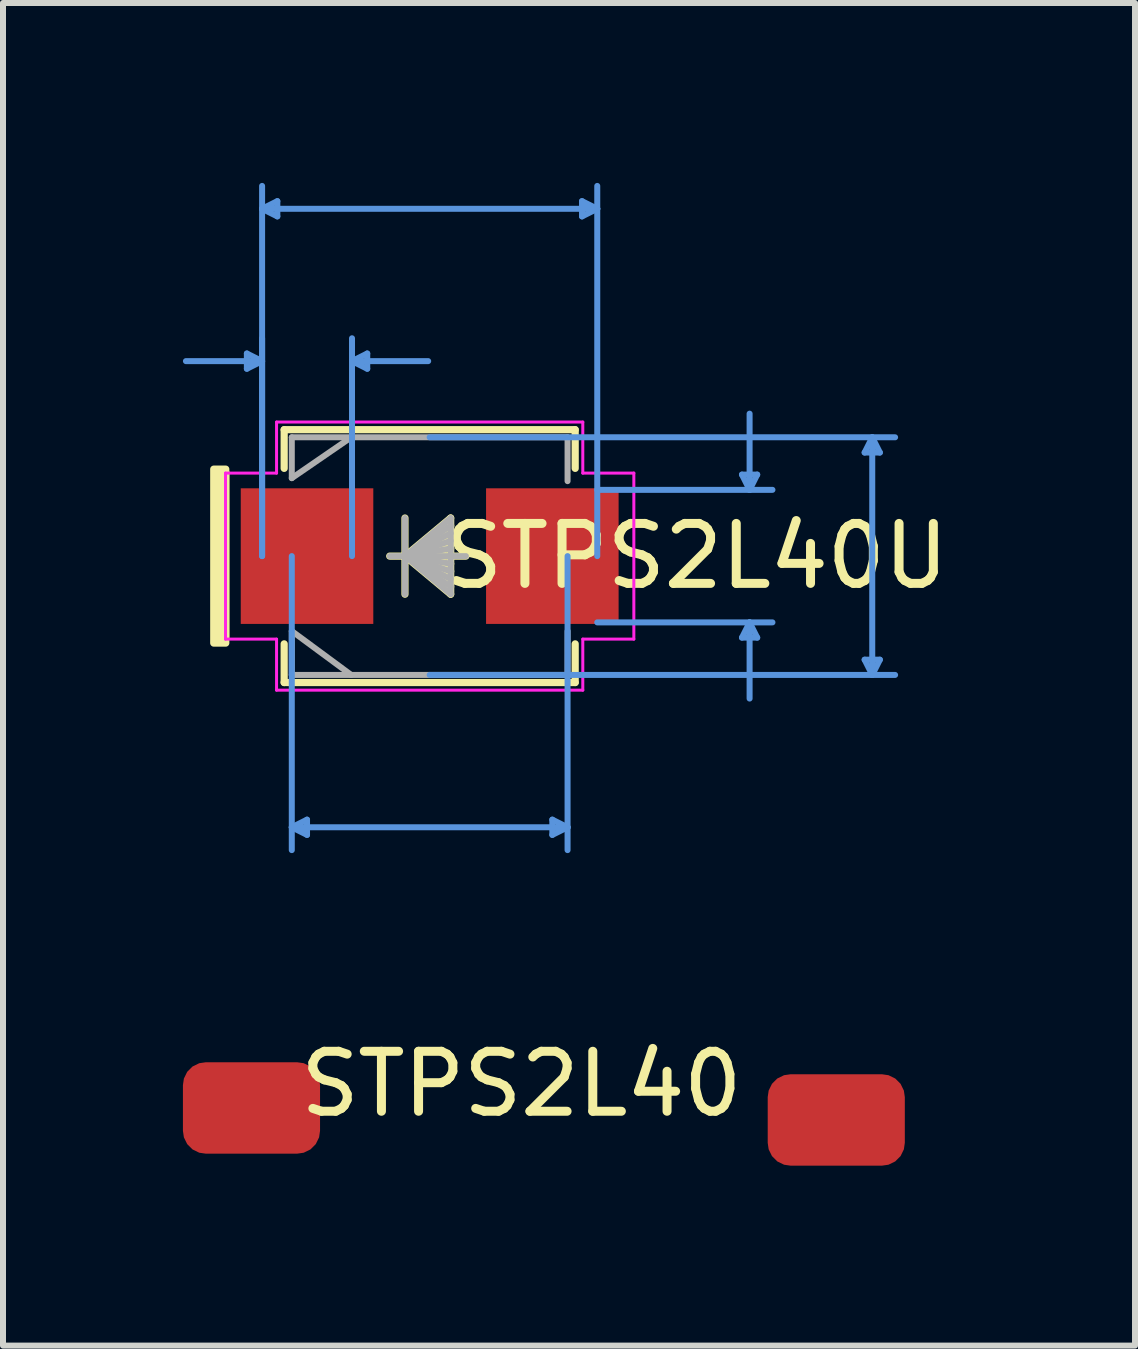
<source format=kicad_pcb>
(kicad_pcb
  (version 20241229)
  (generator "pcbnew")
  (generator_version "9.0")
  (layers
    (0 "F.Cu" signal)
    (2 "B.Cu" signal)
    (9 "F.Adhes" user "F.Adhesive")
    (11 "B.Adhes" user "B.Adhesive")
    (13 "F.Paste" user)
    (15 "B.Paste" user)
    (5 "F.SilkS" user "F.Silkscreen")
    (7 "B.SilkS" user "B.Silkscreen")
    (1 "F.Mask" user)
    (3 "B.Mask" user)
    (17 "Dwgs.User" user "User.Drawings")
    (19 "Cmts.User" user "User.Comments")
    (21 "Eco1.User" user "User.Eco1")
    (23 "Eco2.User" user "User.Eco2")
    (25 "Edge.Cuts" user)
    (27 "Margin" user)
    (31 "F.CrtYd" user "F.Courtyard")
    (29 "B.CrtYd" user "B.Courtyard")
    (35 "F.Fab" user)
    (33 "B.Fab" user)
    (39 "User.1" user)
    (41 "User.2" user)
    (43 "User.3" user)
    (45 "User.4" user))
  (footprint "STPS2L40U"
    (layer "F.Cu")
    (at 4.114 6.222)
    (property "Reference" "STPS2L40U" (at 4.445 0 180) (layer "F.SilkS") (effects (font (size 1 1) (thickness 0.15))))
    (attr through_hole)
    (fp_line (start -3.4 -1.4) (end -3.4 1.35) (stroke (width 0.12) (type solid)) (layer "F.SilkS"))
    (fp_line (start -2.426 -2.108) (end -2.426 -1.463) (stroke (width 0.12) (type solid)) (layer "F.SilkS"))
    (fp_line (start -2.426 1.463) (end -2.426 2.108) (stroke (width 0.12) (type solid)) (layer "F.SilkS"))
    (fp_line (start -2.426 2.108) (end 2.426 2.108) (stroke (width 0.12) (type solid)) (layer "F.SilkS"))
    (fp_line (start -0.412 -0.635) (end -0.412 0.635) (stroke (width 0.12) (type solid)) (layer "F.SilkS"))
    (fp_line (start -0.412 0) (end 0.35 -0.635) (stroke (width 0.12) (type solid)) (layer "F.SilkS"))
    (fp_line (start -0.412 0) (end 0.35 -0.508) (stroke (width 0.12) (type solid)) (layer "F.SilkS"))
    (fp_line (start -0.412 0) (end 0.35 -0.381) (stroke (width 0.12) (type solid)) (layer "F.SilkS"))
    (fp_line (start -0.412 0) (end 0.35 -0.254) (stroke (width 0.12) (type solid)) (layer "F.SilkS"))
    (fp_line (start -0.412 0) (end 0.35 -0.127) (stroke (width 0.12) (type solid)) (layer "F.SilkS"))
    (fp_line (start -0.412 0) (end 0.35 0.127) (stroke (width 0.12) (type solid)) (layer "F.SilkS"))
    (fp_line (start -0.412 0) (end 0.35 0.254) (stroke (width 0.12) (type solid)) (layer "F.SilkS"))
    (fp_line (start -0.412 0) (end 0.35 0.381) (stroke (width 0.12) (type solid)) (layer "F.SilkS"))
    (fp_line (start -0.412 0) (end 0.35 0.508) (stroke (width 0.12) (type solid)) (layer "F.SilkS"))
    (fp_line (start -0.412 0) (end 0.35 0.635) (stroke (width 0.12) (type solid)) (layer "F.SilkS"))
    (fp_line (start 0.35 -0.635) (end 0.35 0.635) (stroke (width 0.12) (type solid)) (layer "F.SilkS"))
    (fp_line (start 0.604 0) (end -0.666 0) (stroke (width 0.12) (type solid)) (layer "F.SilkS"))
    (fp_line (start 2.426 -2.108) (end -2.426 -2.108) (stroke (width 0.12) (type solid)) (layer "F.SilkS"))
    (fp_line (start 2.426 -1.463) (end 2.426 -2.108) (stroke (width 0.12) (type solid)) (layer "F.SilkS"))
    (fp_line (start 2.426 2.108) (end 2.426 1.463) (stroke (width 0.12) (type solid)) (layer "F.SilkS"))
    (fp_rect (start -3.6 -1.45) (end -3.4 1.45) (stroke (width 0.12) (type solid)) (fill yes) (layer "F.SilkS"))
    (fp_line (start -3.048 -3.378) (end -3.048 -3.124) (stroke (width 0.1) (type solid)) (layer "Cmts.User"))
    (fp_line (start -2.794 -5.791) (end -2.54 -5.918) (stroke (width 0.1) (type solid)) (layer "Cmts.User"))
    (fp_line (start -2.794 -5.791) (end -2.54 -5.664) (stroke (width 0.1) (type solid)) (layer "Cmts.User"))
    (fp_line (start -2.794 -5.791) (end 2.794 -5.791) (stroke (width 0.1) (type solid)) (layer "Cmts.User"))
    (fp_line (start -2.794 -3.251) (end -4.064 -3.251) (stroke (width 0.1) (type solid)) (layer "Cmts.User"))
    (fp_line (start -2.794 -3.251) (end -3.048 -3.378) (stroke (width 0.1) (type solid)) (layer "Cmts.User"))
    (fp_line (start -2.794 -3.251) (end -3.048 -3.124) (stroke (width 0.1) (type solid)) (layer "Cmts.User"))
    (fp_line (start -2.794 0) (end -2.794 -6.172) (stroke (width 0.1) (type solid)) (layer "Cmts.User"))
    (fp_line (start -2.794 0) (end -2.794 -3.632) (stroke (width 0.1) (type solid)) (layer "Cmts.User"))
    (fp_line (start -2.54 -5.918) (end -2.54 -5.664) (stroke (width 0.1) (type solid)) (layer "Cmts.User"))
    (fp_line (start -2.299 0) (end -2.299 4.902) (stroke (width 0.1) (type solid)) (layer "Cmts.User"))
    (fp_line (start -2.299 4.521) (end -2.045 4.394) (stroke (width 0.1) (type solid)) (layer "Cmts.User"))
    (fp_line (start -2.299 4.521) (end -2.045 4.648) (stroke (width 0.1) (type solid)) (layer "Cmts.User"))
    (fp_line (start -2.299 4.521) (end 2.299 4.521) (stroke (width 0.1) (type solid)) (layer "Cmts.User"))
    (fp_line (start -2.045 4.394) (end -2.045 4.648) (stroke (width 0.1) (type solid)) (layer "Cmts.User"))
    (fp_line (start -1.295 -3.251) (end -1.041 -3.378) (stroke (width 0.1) (type solid)) (layer "Cmts.User"))
    (fp_line (start -1.295 -3.251) (end -1.041 -3.124) (stroke (width 0.1) (type solid)) (layer "Cmts.User"))
    (fp_line (start -1.295 -3.251) (end -0.025 -3.251) (stroke (width 0.1) (type solid)) (layer "Cmts.User"))
    (fp_line (start -1.295 0) (end -1.295 -3.632) (stroke (width 0.1) (type solid)) (layer "Cmts.User"))
    (fp_line (start -1.041 -3.378) (end -1.041 -3.124) (stroke (width 0.1) (type solid)) (layer "Cmts.User"))
    (fp_line (start 0 -1.981) (end 7.76 -1.981) (stroke (width 0.1) (type solid)) (layer "Cmts.User"))
    (fp_line (start 0 1.981) (end 7.76 1.981) (stroke (width 0.1) (type solid)) (layer "Cmts.User"))
    (fp_line (start 2.045 4.394) (end 2.045 4.648) (stroke (width 0.1) (type solid)) (layer "Cmts.User"))
    (fp_line (start 2.299 0) (end 2.299 4.902) (stroke (width 0.1) (type solid)) (layer "Cmts.User"))
    (fp_line (start 2.299 4.521) (end 2.045 4.394) (stroke (width 0.1) (type solid)) (layer "Cmts.User"))
    (fp_line (start 2.299 4.521) (end 2.045 4.648) (stroke (width 0.1) (type solid)) (layer "Cmts.User"))
    (fp_line (start 2.54 -5.918) (end 2.54 -5.664) (stroke (width 0.1) (type solid)) (layer "Cmts.User"))
    (fp_line (start 2.794 -5.791) (end 2.54 -5.918) (stroke (width 0.1) (type solid)) (layer "Cmts.User"))
    (fp_line (start 2.794 -5.791) (end 2.54 -5.664) (stroke (width 0.1) (type solid)) (layer "Cmts.User"))
    (fp_line (start 2.794 -1.105) (end 5.715 -1.105) (stroke (width 0.1) (type solid)) (layer "Cmts.User"))
    (fp_line (start 2.794 0) (end 2.794 -6.172) (stroke (width 0.1) (type solid)) (layer "Cmts.User"))
    (fp_line (start 2.794 1.105) (end 5.715 1.105) (stroke (width 0.1) (type solid)) (layer "Cmts.User"))
    (fp_line (start 5.207 -1.359) (end 5.461 -1.359) (stroke (width 0.1) (type solid)) (layer "Cmts.User"))
    (fp_line (start 5.207 1.359) (end 5.461 1.359) (stroke (width 0.1) (type solid)) (layer "Cmts.User"))
    (fp_line (start 5.334 -1.105) (end 5.207 -1.359) (stroke (width 0.1) (type solid)) (layer "Cmts.User"))
    (fp_line (start 5.334 -1.105) (end 5.334 -2.375) (stroke (width 0.1) (type solid)) (layer "Cmts.User"))
    (fp_line (start 5.334 -1.105) (end 5.461 -1.359) (stroke (width 0.1) (type solid)) (layer "Cmts.User"))
    (fp_line (start 5.334 1.105) (end 5.207 1.359) (stroke (width 0.1) (type solid)) (layer "Cmts.User"))
    (fp_line (start 5.334 1.105) (end 5.334 2.375) (stroke (width 0.1) (type solid)) (layer "Cmts.User"))
    (fp_line (start 5.334 1.105) (end 5.461 1.359) (stroke (width 0.1) (type solid)) (layer "Cmts.User"))
    (fp_line (start 7.252 -1.727) (end 7.506 -1.727) (stroke (width 0.1) (type solid)) (layer "Cmts.User"))
    (fp_line (start 7.252 1.727) (end 7.506 1.727) (stroke (width 0.1) (type solid)) (layer "Cmts.User"))
    (fp_line (start 7.379 -1.981) (end 7.252 -1.727) (stroke (width 0.1) (type solid)) (layer "Cmts.User"))
    (fp_line (start 7.379 -1.981) (end 7.379 1.981) (stroke (width 0.1) (type solid)) (layer "Cmts.User"))
    (fp_line (start 7.379 -1.981) (end 7.506 -1.727) (stroke (width 0.1) (type solid)) (layer "Cmts.User"))
    (fp_line (start 7.379 1.981) (end 7.252 1.727) (stroke (width 0.1) (type solid)) (layer "Cmts.User"))
    (fp_line (start 7.379 1.981) (end 7.506 1.727) (stroke (width 0.1) (type solid)) (layer "Cmts.User"))
    (fp_line (start -3.404 -1.384) (end -2.553 -1.384) (stroke (width 0.05) (type solid)) (layer "F.CrtYd"))
    (fp_line (start -3.404 1.384) (end -3.404 -1.384) (stroke (width 0.05) (type solid)) (layer "F.CrtYd"))
    (fp_line (start -2.553 -2.235) (end 2.553 -2.235) (stroke (width 0.05) (type solid)) (layer "F.CrtYd"))
    (fp_line (start -2.553 -1.384) (end -2.553 -2.235) (stroke (width 0.05) (type solid)) (layer "F.CrtYd"))
    (fp_line (start -2.553 1.384) (end -3.404 1.384) (stroke (width 0.05) (type solid)) (layer "F.CrtYd"))
    (fp_line (start -2.553 2.235) (end -2.553 1.384) (stroke (width 0.05) (type solid)) (layer "F.CrtYd"))
    (fp_line (start 2.553 -2.235) (end 2.553 -1.384) (stroke (width 0.05) (type solid)) (layer "F.CrtYd"))
    (fp_line (start 2.553 -1.384) (end 3.404 -1.384) (stroke (width 0.05) (type solid)) (layer "F.CrtYd"))
    (fp_line (start 2.553 1.384) (end 2.553 2.235) (stroke (width 0.05) (type solid)) (layer "F.CrtYd"))
    (fp_line (start 2.553 2.235) (end -2.553 2.235) (stroke (width 0.05) (type solid)) (layer "F.CrtYd"))
    (fp_line (start 3.404 -1.384) (end 3.404 1.384) (stroke (width 0.05) (type solid)) (layer "F.CrtYd"))
    (fp_line (start 3.404 1.384) (end 2.553 1.384) (stroke (width 0.05) (type solid)) (layer "F.CrtYd"))
    (fp_line (start -2.299 -1.981) (end -2.299 -1.3) (stroke (width 0.1) (type solid)) (layer "F.Fab"))
    (fp_line (start -2.299 -1.3) (end -1.308 -1.981) (stroke (width 0.1) (type solid)) (layer "F.Fab"))
    (fp_line (start -2.299 1.25) (end -2.299 1.981) (stroke (width 0.1) (type solid)) (layer "F.Fab"))
    (fp_line (start -2.299 1.25) (end -1.308 1.981) (stroke (width 0.1) (type solid)) (layer "F.Fab"))
    (fp_line (start -2.299 1.981) (end 2.299 1.981) (stroke (width 0.1) (type solid)) (layer "F.Fab"))
    (fp_line (start -0.412 -0.635) (end -0.412 0.635) (stroke (width 0.1) (type solid)) (layer "F.Fab"))
    (fp_line (start -0.412 0) (end 0.35 -0.635) (stroke (width 0.1) (type solid)) (layer "F.Fab"))
    (fp_line (start -0.412 0) (end 0.35 -0.508) (stroke (width 0.1) (type solid)) (layer "F.Fab"))
    (fp_line (start -0.412 0) (end 0.35 -0.381) (stroke (width 0.1) (type solid)) (layer "F.Fab"))
    (fp_line (start -0.412 0) (end 0.35 -0.254) (stroke (width 0.1) (type solid)) (layer "F.Fab"))
    (fp_line (start -0.412 0) (end 0.35 -0.127) (stroke (width 0.1) (type solid)) (layer "F.Fab"))
    (fp_line (start -0.412 0) (end 0.35 0.127) (stroke (width 0.1) (type solid)) (layer "F.Fab"))
    (fp_line (start -0.412 0) (end 0.35 0.254) (stroke (width 0.1) (type solid)) (layer "F.Fab"))
    (fp_line (start -0.412 0) (end 0.35 0.381) (stroke (width 0.1) (type solid)) (layer "F.Fab"))
    (fp_line (start -0.412 0) (end 0.35 0.508) (stroke (width 0.1) (type solid)) (layer "F.Fab"))
    (fp_line (start -0.412 0) (end 0.35 0.635) (stroke (width 0.1) (type solid)) (layer "F.Fab"))
    (fp_line (start 0.35 -0.635) (end 0.35 0.635) (stroke (width 0.1) (type solid)) (layer "F.Fab"))
    (fp_line (start 0.604 0) (end -0.666 0) (stroke (width 0.1) (type solid)) (layer "F.Fab"))
    (fp_line (start 2.299 -1.981) (end -2.299 -1.981) (stroke (width 0.1) (type solid)) (layer "F.Fab"))
    (fp_line (start 2.299 -1.25) (end 2.299 -1.981) (stroke (width 0.1) (type solid)) (layer "F.Fab"))
    (fp_line (start 2.299 1.981) (end 2.3 1.25) (stroke (width 0.1) (type solid)) (layer "F.Fab"))
    (pad "1" smd rect (at -2.045 0) (size 2.21 2.261) (layers "F.Cu" "F.Mask" "F.Paste"))
    (pad "2" smd rect (at 2.045 0) (size 2.21 2.261) (layers "F.Cu" "F.Mask" "F.Paste")))
  (footprint "STPS2L40"
    (layer "F.Cu")
    (at 5.643 15.523)
    (property "Reference" "STPS2L40" (at 0 -0.5 0) (unlocked yes) (layer "F.SilkS") (effects (font (size 1 1) (thickness 0.15))))
    (attr smd)
    (pad "1" smd roundrect (at -4.5 -0.1) (size 2.286 1.524) (layers "F.Cu" "F.Mask" "F.Paste") (roundrect_rratio 0.25))
    (pad "2" smd roundrect (at 5.25 0.1) (size 2.286 1.524) (layers "F.Cu" "F.Mask" "F.Paste") (roundrect_rratio 0.25)))
  (gr_rect
    (start -3 -3)
    (end 15.874 19.385)
    (stroke (width 0.1) (type default))
    (fill no)
    (layer "Edge.Cuts")))
</source>
